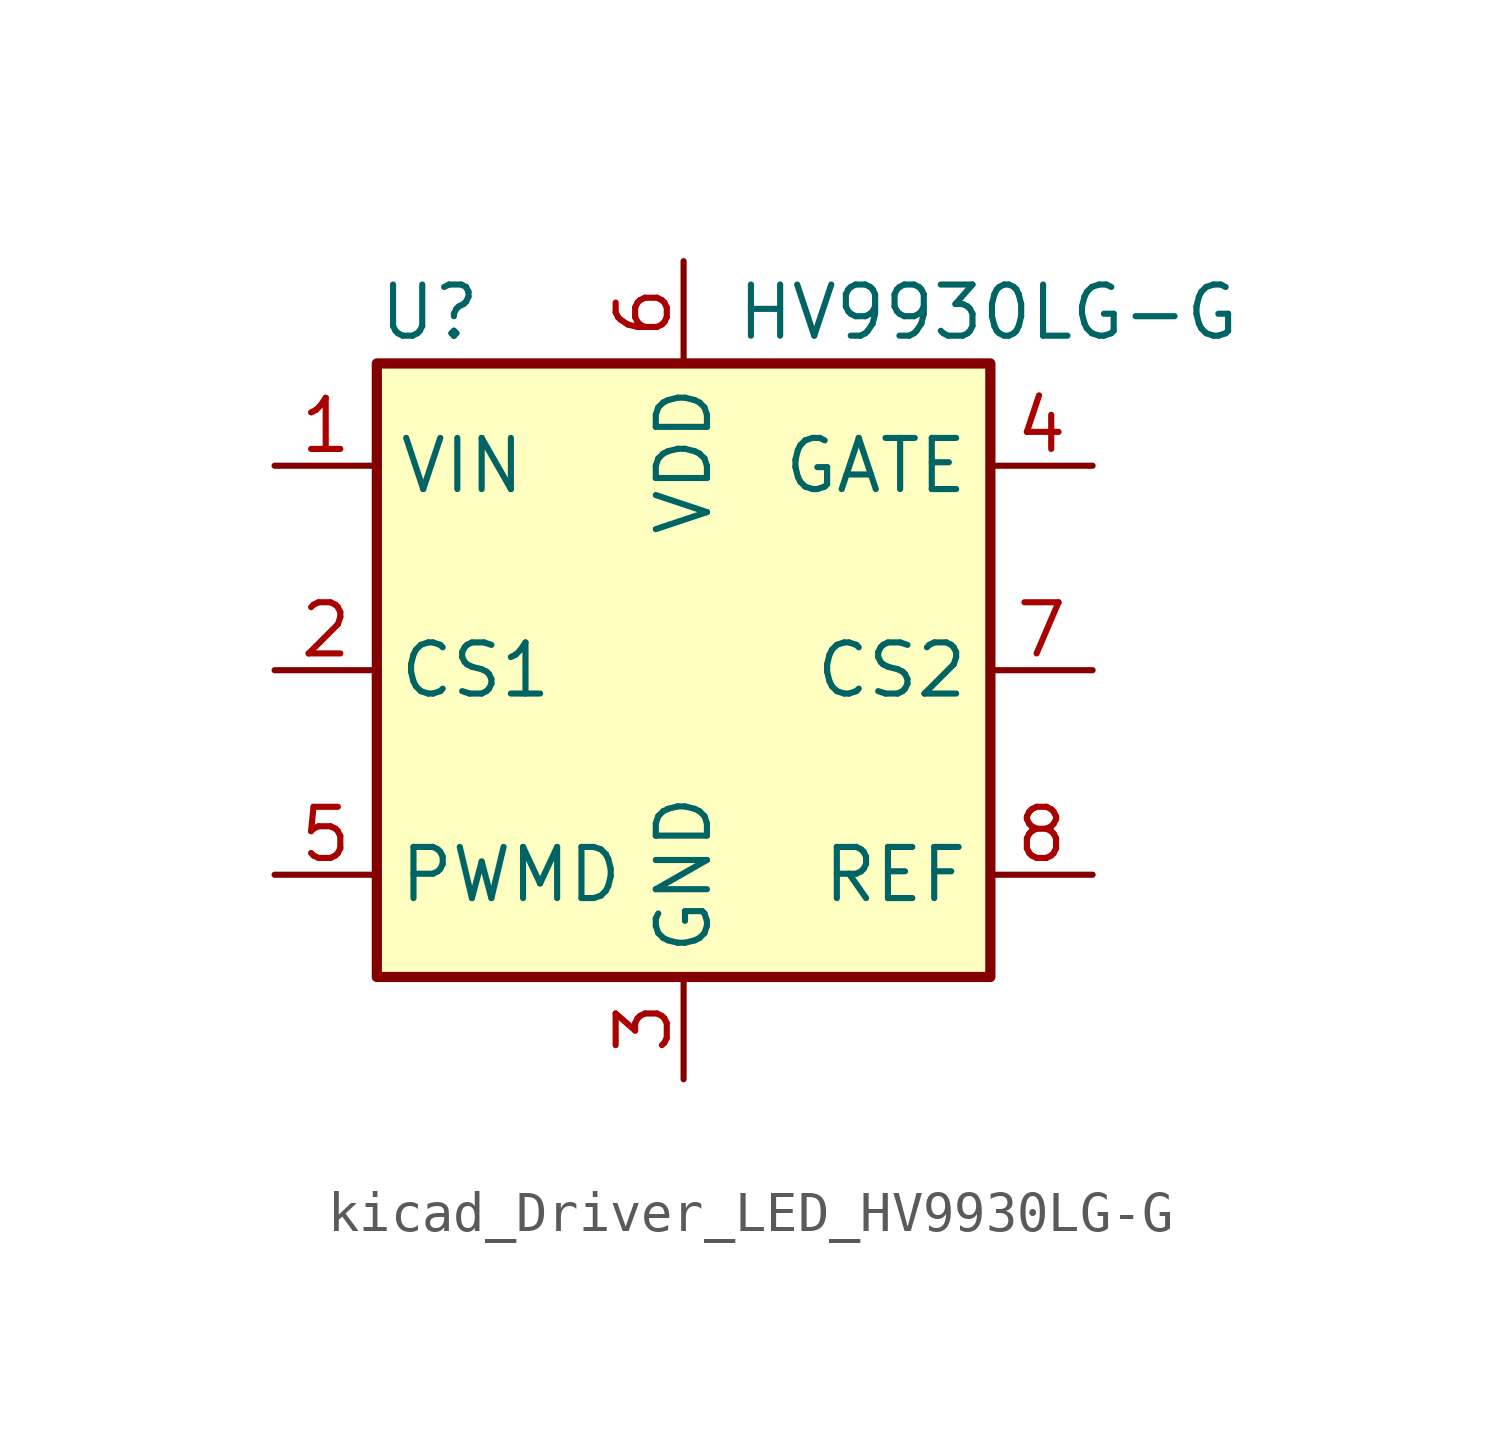
<source format=kicad_sym>
(kicad_symbol_lib
  (version 20220914)
  (generator kicad_symbol_editor)
  (symbol "kicad_Driver_LED_HV9930LG-G"
    (property "Reference" "U"
      (at -7.62 8.89 0)
      (effects (font (size 1.27 1.27)) (justify left)))
    (property "Value" "HV9930LG-G"
      (at 1.27 8.89 0)
      (effects (font (size 1.27 1.27)) (justify left)))
    (symbol "kicad_Driver_LED_HV9930LG-G_0_1"
      (rectangle (start -7.62 7.62) (end 7.62 -7.62) (stroke (width 0.254) (type default)) (fill (type background))))
    (symbol "kicad_Driver_LED_HV9930LG-G_1_1"
      (pin power_in line (at -10.16 5.08 0) (length 2.54) (name "VIN" (effects (font (size 1.27 1.27)))) (number "1" (effects (font (size 1.27 1.27)))))
      (pin input line (at -10.16 0 0) (length 2.54) (name "CS1" (effects (font (size 1.27 1.27)))) (number "2" (effects (font (size 1.27 1.27)))))
      (pin power_in line (at 0 -10.16 90) (length 2.54) (name "GND" (effects (font (size 1.27 1.27)))) (number "3" (effects (font (size 1.27 1.27)))))
      (pin output line (at 10.16 5.08 180) (length 2.54) (name "GATE" (effects (font (size 1.27 1.27)))) (number "4" (effects (font (size 1.27 1.27)))))
      (pin output line (at -10.16 -5.08 0) (length 2.54) (name "PWMD" (effects (font (size 1.27 1.27)))) (number "5" (effects (font (size 1.27 1.27)))))
      (pin power_out line (at 0 10.16 270) (length 2.54) (name "VDD" (effects (font (size 1.27 1.27)))) (number "6" (effects (font (size 1.27 1.27)))))
      (pin input line (at 10.16 0 180) (length 2.54) (name "CS2" (effects (font (size 1.27 1.27)))) (number "7" (effects (font (size 1.27 1.27)))))
      (pin input line (at 10.16 -5.08 180) (length 2.54) (name "REF" (effects (font (size 1.27 1.27)))) (number "8" (effects (font (size 1.27 1.27))))))))
</source>
